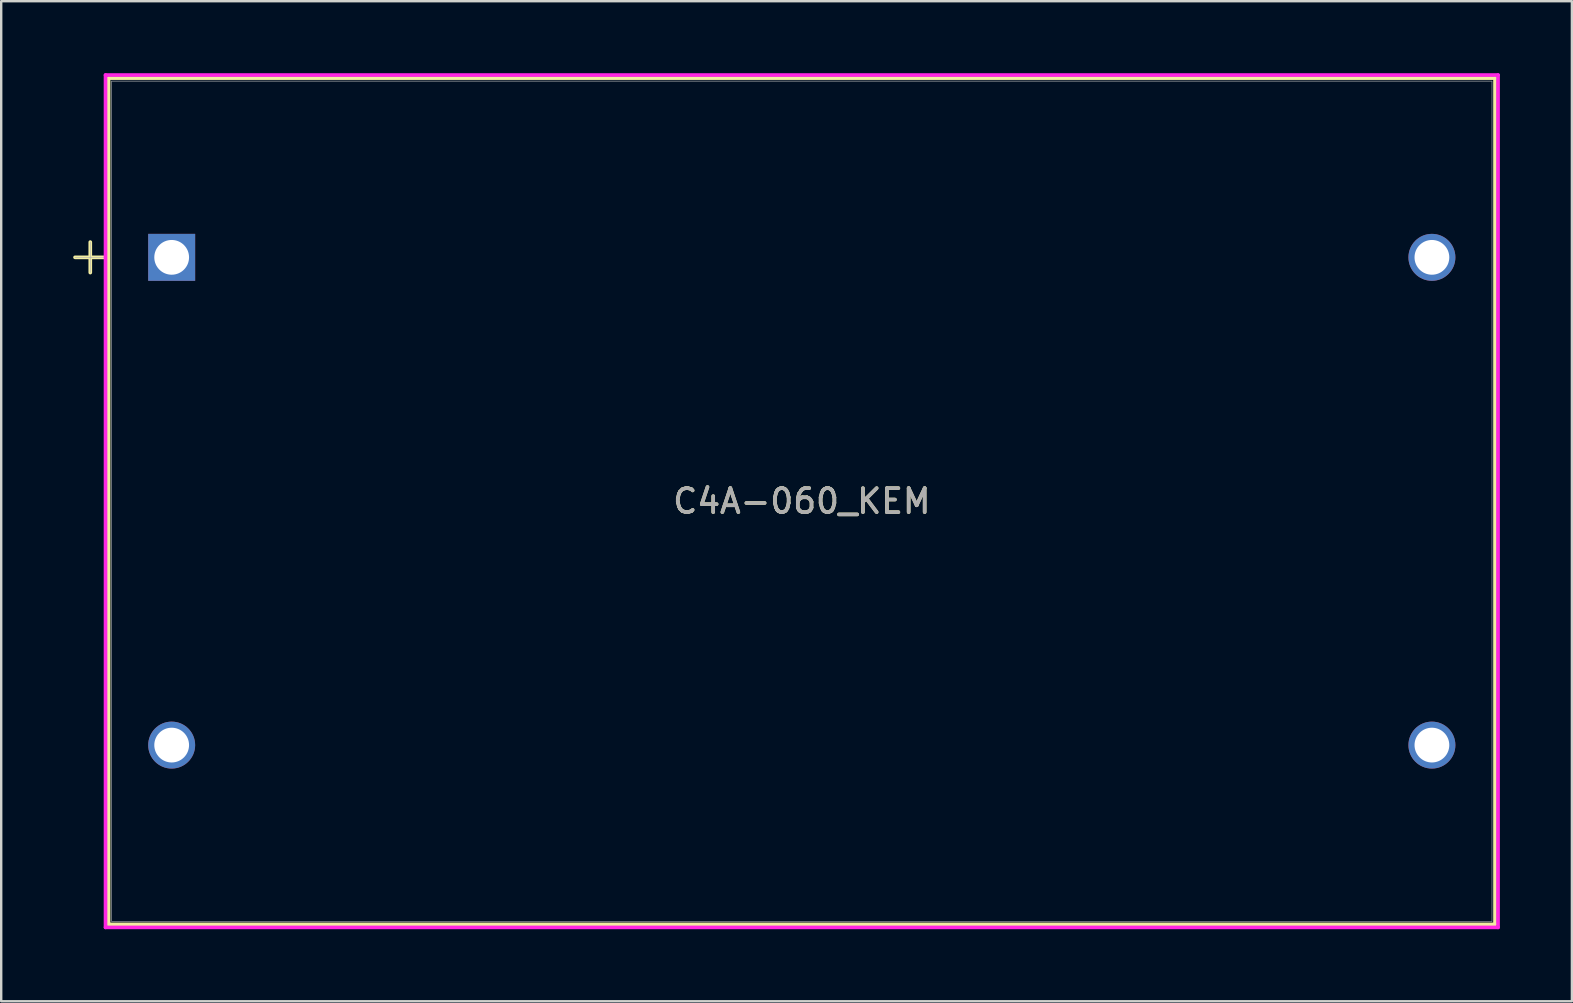
<source format=kicad_pcb>
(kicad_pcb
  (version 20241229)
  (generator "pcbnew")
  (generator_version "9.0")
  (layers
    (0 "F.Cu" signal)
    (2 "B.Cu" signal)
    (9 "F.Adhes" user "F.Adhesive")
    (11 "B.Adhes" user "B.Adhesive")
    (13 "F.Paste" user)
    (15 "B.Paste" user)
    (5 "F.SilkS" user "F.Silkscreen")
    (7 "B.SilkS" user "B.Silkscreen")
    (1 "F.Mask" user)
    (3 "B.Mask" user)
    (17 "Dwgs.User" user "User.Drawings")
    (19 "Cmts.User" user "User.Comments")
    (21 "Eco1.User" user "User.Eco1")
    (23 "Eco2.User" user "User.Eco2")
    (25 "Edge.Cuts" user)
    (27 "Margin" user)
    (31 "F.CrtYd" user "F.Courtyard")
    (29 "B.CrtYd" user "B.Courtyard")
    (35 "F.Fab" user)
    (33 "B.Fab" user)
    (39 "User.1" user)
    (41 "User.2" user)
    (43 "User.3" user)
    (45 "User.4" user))
  (footprint "C4A-060_KEM"
    (layer "F.Cu")
    (at 4.102 7.671)
    (property "Reference" "C4A-060_KEM" (at 26.251 10.16 0) (unlocked yes) (layer "F.SilkS") (effects (font (size 1 1) (thickness 0.15))))
    (attr through_hole)
    (fp_line (start -4.026 0) (end -2.756 0) (stroke (width 0.152) (type solid)) (layer "F.SilkS"))
    (fp_line (start -3.391 -0.635) (end -3.391 0.635) (stroke (width 0.152) (type solid)) (layer "F.SilkS"))
    (fp_line (start -2.629 -7.468) (end -2.629 27.788) (stroke (width 0.152) (type solid)) (layer "F.SilkS"))
    (fp_line (start 55.131 -7.468) (end -2.629 -7.468) (stroke (width 0.152) (type solid)) (layer "F.SilkS"))
    (fp_line (start 55.131 -7.468) (end 55.131 27.788) (stroke (width 0.152) (type solid)) (layer "F.SilkS"))
    (fp_line (start 55.131 27.788) (end -2.629 27.788) (stroke (width 0.152) (type solid)) (layer "F.SilkS"))
    (fp_line (start -2.756 -7.595) (end 55.258 -7.595) (stroke (width 0.152) (type solid)) (layer "F.CrtYd"))
    (fp_line (start -2.756 27.915) (end -2.756 -7.595) (stroke (width 0.152) (type solid)) (layer "F.CrtYd"))
    (fp_line (start 55.258 -7.595) (end 55.258 27.915) (stroke (width 0.152) (type solid)) (layer "F.CrtYd"))
    (fp_line (start 55.258 27.915) (end -2.756 27.915) (stroke (width 0.152) (type solid)) (layer "F.CrtYd"))
    (fp_line (start -4.026 0) (end -2.756 0) (stroke (width 0.025) (type solid)) (layer "F.Fab"))
    (fp_line (start -3.391 -0.635) (end -3.391 0.635) (stroke (width 0.025) (type solid)) (layer "F.Fab"))
    (fp_line (start -2.502 -7.341) (end -2.502 27.661) (stroke (width 0.025) (type solid)) (layer "F.Fab"))
    (fp_line (start 55.004 -7.341) (end -2.502 -7.341) (stroke (width 0.025) (type solid)) (layer "F.Fab"))
    (fp_line (start 55.004 -7.341) (end 55.004 27.661) (stroke (width 0.025) (type solid)) (layer "F.Fab"))
    (fp_line (start 55.004 27.661) (end -2.502 27.661) (stroke (width 0.025) (type solid)) (layer "F.Fab"))
    (fp_text user "${REFERENCE}" (at 26.251 10.16 0) (unlocked yes) (layer "F.Fab") (effects (font (size 1 1) (thickness 0.15))))
    (pad "1" thru_hole rect (at 0 0) (size 1.956 1.956) (drill 1.448) (layers "*.Cu" "*.Mask"))
    (pad "2" thru_hole circle (at 0 20.32) (size 1.956 1.956) (drill 1.448) (layers "*.Cu" "*.Mask"))
    (pad "3" thru_hole circle (at 52.502 20.32) (size 1.956 1.956) (drill 1.448) (layers "*.Cu" "*.Mask"))
    (pad "4" thru_hole circle (at 52.502 0) (size 1.956 1.956) (drill 1.448) (layers "*.Cu" "*.Mask")))
  (gr_rect
    (start -3 -3)
    (end 62.436 38.662)
    (stroke (width 0.1) (type default))
    (fill no)
    (layer "Edge.Cuts")))
</source>
